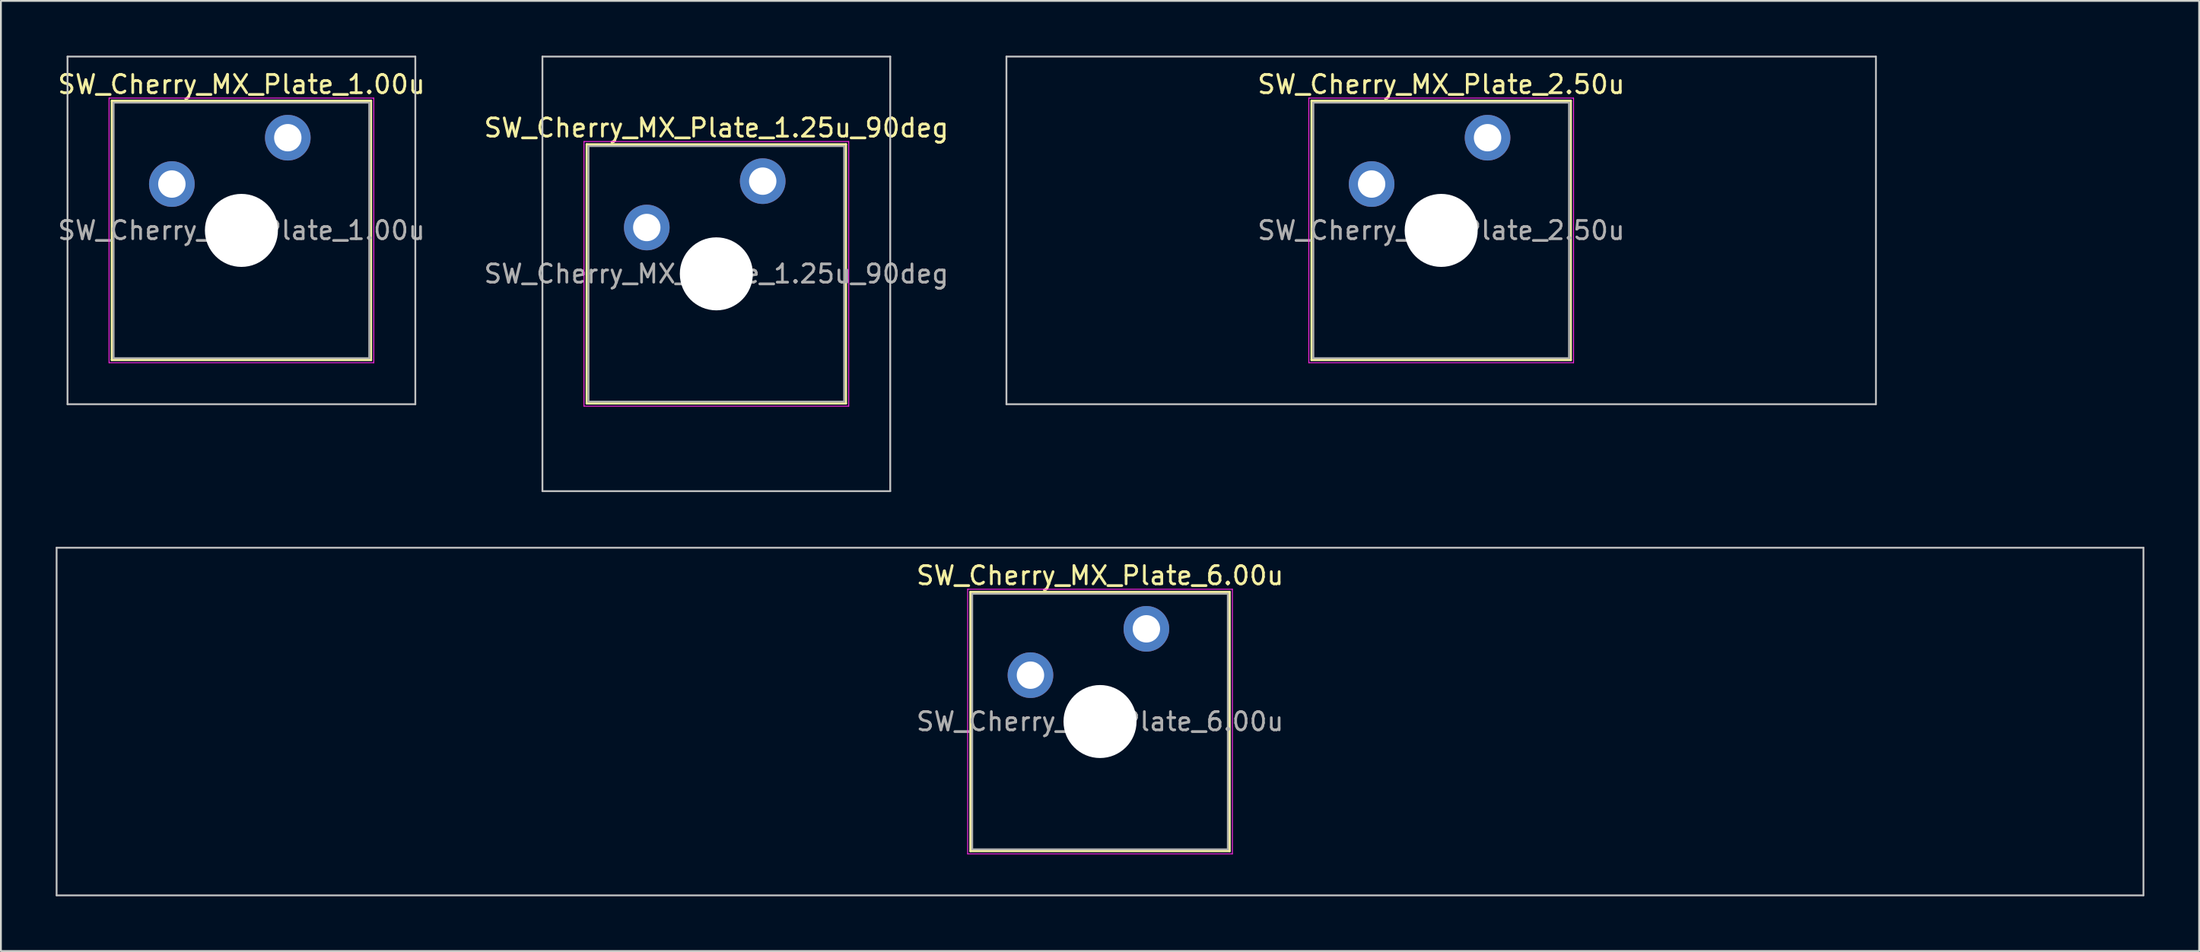
<source format=kicad_pcb>
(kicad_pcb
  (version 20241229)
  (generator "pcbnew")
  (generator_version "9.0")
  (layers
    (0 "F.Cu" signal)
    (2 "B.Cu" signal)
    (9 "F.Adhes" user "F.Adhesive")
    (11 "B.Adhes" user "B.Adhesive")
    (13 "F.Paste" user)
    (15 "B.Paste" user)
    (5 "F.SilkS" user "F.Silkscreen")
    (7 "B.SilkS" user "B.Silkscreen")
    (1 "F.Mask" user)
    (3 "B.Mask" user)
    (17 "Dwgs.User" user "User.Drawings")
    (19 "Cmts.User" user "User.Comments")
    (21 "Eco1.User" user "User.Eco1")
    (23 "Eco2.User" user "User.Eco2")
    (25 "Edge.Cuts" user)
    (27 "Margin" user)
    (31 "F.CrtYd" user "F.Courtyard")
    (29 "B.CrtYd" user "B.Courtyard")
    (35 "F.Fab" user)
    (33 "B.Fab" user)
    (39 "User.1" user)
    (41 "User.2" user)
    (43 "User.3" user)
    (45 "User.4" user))
  (footprint "SW_Cherry_MX_Plate_2.50u"
    (layer "F.Cu")
    (at 75.886 9.575)
    (property "Reference" "SW_Cherry_MX_Plate_2.50u" (at 0 -8 0) (layer "F.SilkS") (effects (font (size 1 1) (thickness 0.15))))
    (attr through_hole)
    (fp_line (start -7.1 -7.1) (end -7.1 7.1) (stroke (width 0.12) (type solid)) (layer "F.SilkS"))
    (fp_line (start -7.1 7.1) (end 7.1 7.1) (stroke (width 0.12) (type solid)) (layer "F.SilkS"))
    (fp_line (start 7.1 -7.1) (end -7.1 -7.1) (stroke (width 0.12) (type solid)) (layer "F.SilkS"))
    (fp_line (start 7.1 7.1) (end 7.1 -7.1) (stroke (width 0.12) (type solid)) (layer "F.SilkS"))
    (fp_line (start -23.812 -9.525) (end -23.812 9.525) (stroke (width 0.1) (type solid)) (layer "Dwgs.User"))
    (fp_line (start -23.812 9.525) (end 23.812 9.525) (stroke (width 0.1) (type solid)) (layer "Dwgs.User"))
    (fp_line (start 23.812 -9.525) (end -23.812 -9.525) (stroke (width 0.1) (type solid)) (layer "Dwgs.User"))
    (fp_line (start 23.812 9.525) (end 23.812 -9.525) (stroke (width 0.1) (type solid)) (layer "Dwgs.User"))
    (fp_line (start -7 -7) (end -7 7) (stroke (width 0.1) (type solid)) (layer "Eco1.User"))
    (fp_line (start -7 7) (end 7 7) (stroke (width 0.1) (type solid)) (layer "Eco1.User"))
    (fp_line (start 7 -7) (end -7 -7) (stroke (width 0.1) (type solid)) (layer "Eco1.User"))
    (fp_line (start 7 7) (end 7 -7) (stroke (width 0.1) (type solid)) (layer "Eco1.User"))
    (fp_line (start -7.25 -7.25) (end -7.25 7.25) (stroke (width 0.05) (type solid)) (layer "F.CrtYd"))
    (fp_line (start -7.25 7.25) (end 7.25 7.25) (stroke (width 0.05) (type solid)) (layer "F.CrtYd"))
    (fp_line (start 7.25 -7.25) (end -7.25 -7.25) (stroke (width 0.05) (type solid)) (layer "F.CrtYd"))
    (fp_line (start 7.25 7.25) (end 7.25 -7.25) (stroke (width 0.05) (type solid)) (layer "F.CrtYd"))
    (fp_line (start -7 -7) (end -7 7) (stroke (width 0.1) (type solid)) (layer "F.Fab"))
    (fp_line (start -7 7) (end 7 7) (stroke (width 0.1) (type solid)) (layer "F.Fab"))
    (fp_line (start 7 -7) (end -7 -7) (stroke (width 0.1) (type solid)) (layer "F.Fab"))
    (fp_line (start 7 7) (end 7 -7) (stroke (width 0.1) (type solid)) (layer "F.Fab"))
    (fp_text user "${REFERENCE}" (at 0 0 0) (layer "F.Fab") (effects (font (size 1 1) (thickness 0.15))))
    (pad "" np_thru_hole circle (at 0 0) (size 4 4) (drill 4) (layers "*.Cu" "*.Mask"))
    (pad "1" thru_hole circle (at -3.81 -2.54) (size 2.5 2.5) (drill 1.5) (layers "*.Cu" "*.Mask"))
    (pad "2" thru_hole circle (at 2.54 -5.08) (size 2.5 2.5) (drill 1.5) (layers "*.Cu" "*.Mask")))
  (footprint "SW_Cherry_MX_Plate_1.00u"
    (layer "F.Cu")
    (at 10.173 9.575)
    (property "Reference" "SW_Cherry_MX_Plate_1.00u" (at 0 -8 0) (layer "F.SilkS") (effects (font (size 1 1) (thickness 0.15))))
    (attr through_hole)
    (fp_line (start -7.1 -7.1) (end -7.1 7.1) (stroke (width 0.12) (type solid)) (layer "F.SilkS"))
    (fp_line (start -7.1 7.1) (end 7.1 7.1) (stroke (width 0.12) (type solid)) (layer "F.SilkS"))
    (fp_line (start 7.1 -7.1) (end -7.1 -7.1) (stroke (width 0.12) (type solid)) (layer "F.SilkS"))
    (fp_line (start 7.1 7.1) (end 7.1 -7.1) (stroke (width 0.12) (type solid)) (layer "F.SilkS"))
    (fp_line (start -9.525 -9.525) (end -9.525 9.525) (stroke (width 0.1) (type solid)) (layer "Dwgs.User"))
    (fp_line (start -9.525 9.525) (end 9.525 9.525) (stroke (width 0.1) (type solid)) (layer "Dwgs.User"))
    (fp_line (start 9.525 -9.525) (end -9.525 -9.525) (stroke (width 0.1) (type solid)) (layer "Dwgs.User"))
    (fp_line (start 9.525 9.525) (end 9.525 -9.525) (stroke (width 0.1) (type solid)) (layer "Dwgs.User"))
    (fp_line (start -7 -7) (end -7 7) (stroke (width 0.1) (type solid)) (layer "Eco1.User"))
    (fp_line (start -7 7) (end 7 7) (stroke (width 0.1) (type solid)) (layer "Eco1.User"))
    (fp_line (start 7 -7) (end -7 -7) (stroke (width 0.1) (type solid)) (layer "Eco1.User"))
    (fp_line (start 7 7) (end 7 -7) (stroke (width 0.1) (type solid)) (layer "Eco1.User"))
    (fp_line (start -7.25 -7.25) (end -7.25 7.25) (stroke (width 0.05) (type solid)) (layer "F.CrtYd"))
    (fp_line (start -7.25 7.25) (end 7.25 7.25) (stroke (width 0.05) (type solid)) (layer "F.CrtYd"))
    (fp_line (start 7.25 -7.25) (end -7.25 -7.25) (stroke (width 0.05) (type solid)) (layer "F.CrtYd"))
    (fp_line (start 7.25 7.25) (end 7.25 -7.25) (stroke (width 0.05) (type solid)) (layer "F.CrtYd"))
    (fp_line (start -7 -7) (end -7 7) (stroke (width 0.1) (type solid)) (layer "F.Fab"))
    (fp_line (start -7 7) (end 7 7) (stroke (width 0.1) (type solid)) (layer "F.Fab"))
    (fp_line (start 7 -7) (end -7 -7) (stroke (width 0.1) (type solid)) (layer "F.Fab"))
    (fp_line (start 7 7) (end 7 -7) (stroke (width 0.1) (type solid)) (layer "F.Fab"))
    (fp_text user "${REFERENCE}" (at 0 0 0) (layer "F.Fab") (effects (font (size 1 1) (thickness 0.15))))
    (pad "" np_thru_hole circle (at 0 0) (size 4 4) (drill 4) (layers "*.Cu" "*.Mask"))
    (pad "1" thru_hole circle (at -3.81 -2.54) (size 2.5 2.5) (drill 1.5) (layers "*.Cu" "*.Mask"))
    (pad "2" thru_hole circle (at 2.54 -5.08) (size 2.5 2.5) (drill 1.5) (layers "*.Cu" "*.Mask")))
  (footprint "SW_Cherry_MX_Plate_6.00u"
    (layer "F.Cu")
    (at 57.2 36.487)
    (property "Reference" "SW_Cherry_MX_Plate_6.00u" (at 0 -8 0) (layer "F.SilkS") (effects (font (size 1 1) (thickness 0.15))))
    (attr through_hole)
    (fp_line (start -7.1 -7.1) (end -7.1 7.1) (stroke (width 0.12) (type solid)) (layer "F.SilkS"))
    (fp_line (start -7.1 7.1) (end 7.1 7.1) (stroke (width 0.12) (type solid)) (layer "F.SilkS"))
    (fp_line (start 7.1 -7.1) (end -7.1 -7.1) (stroke (width 0.12) (type solid)) (layer "F.SilkS"))
    (fp_line (start 7.1 7.1) (end 7.1 -7.1) (stroke (width 0.12) (type solid)) (layer "F.SilkS"))
    (fp_line (start -57.15 -9.525) (end -57.15 9.525) (stroke (width 0.1) (type solid)) (layer "Dwgs.User"))
    (fp_line (start -57.15 9.525) (end 57.15 9.525) (stroke (width 0.1) (type solid)) (layer "Dwgs.User"))
    (fp_line (start 57.15 -9.525) (end -57.15 -9.525) (stroke (width 0.1) (type solid)) (layer "Dwgs.User"))
    (fp_line (start 57.15 9.525) (end 57.15 -9.525) (stroke (width 0.1) (type solid)) (layer "Dwgs.User"))
    (fp_line (start -7 -7) (end -7 7) (stroke (width 0.1) (type solid)) (layer "Eco1.User"))
    (fp_line (start -7 7) (end 7 7) (stroke (width 0.1) (type solid)) (layer "Eco1.User"))
    (fp_line (start 7 -7) (end -7 -7) (stroke (width 0.1) (type solid)) (layer "Eco1.User"))
    (fp_line (start 7 7) (end 7 -7) (stroke (width 0.1) (type solid)) (layer "Eco1.User"))
    (fp_line (start -7.25 -7.25) (end -7.25 7.25) (stroke (width 0.05) (type solid)) (layer "F.CrtYd"))
    (fp_line (start -7.25 7.25) (end 7.25 7.25) (stroke (width 0.05) (type solid)) (layer "F.CrtYd"))
    (fp_line (start 7.25 -7.25) (end -7.25 -7.25) (stroke (width 0.05) (type solid)) (layer "F.CrtYd"))
    (fp_line (start 7.25 7.25) (end 7.25 -7.25) (stroke (width 0.05) (type solid)) (layer "F.CrtYd"))
    (fp_line (start -7 -7) (end -7 7) (stroke (width 0.1) (type solid)) (layer "F.Fab"))
    (fp_line (start -7 7) (end 7 7) (stroke (width 0.1) (type solid)) (layer "F.Fab"))
    (fp_line (start 7 -7) (end -7 -7) (stroke (width 0.1) (type solid)) (layer "F.Fab"))
    (fp_line (start 7 7) (end 7 -7) (stroke (width 0.1) (type solid)) (layer "F.Fab"))
    (fp_text user "${REFERENCE}" (at 0 0 0) (layer "F.Fab") (effects (font (size 1 1) (thickness 0.15))))
    (pad "" np_thru_hole circle (at 0 0) (size 4 4) (drill 4) (layers "*.Cu" "*.Mask"))
    (pad "1" thru_hole circle (at -3.81 -2.54) (size 2.5 2.5) (drill 1.5) (layers "*.Cu" "*.Mask"))
    (pad "2" thru_hole circle (at 2.54 -5.08) (size 2.5 2.5) (drill 1.5) (layers "*.Cu" "*.Mask")))
  (footprint "SW_Cherry_MX_Plate_1.25u_90deg"
    (layer "F.Cu")
    (at 36.185 11.956)
    (property "Reference" "SW_Cherry_MX_Plate_1.25u_90deg" (at 0 -8 0) (layer "F.SilkS") (effects (font (size 1 1) (thickness 0.15))))
    (attr through_hole)
    (fp_line (start -7.1 -7.1) (end -7.1 7.1) (stroke (width 0.12) (type solid)) (layer "F.SilkS"))
    (fp_line (start -7.1 7.1) (end 7.1 7.1) (stroke (width 0.12) (type solid)) (layer "F.SilkS"))
    (fp_line (start 7.1 -7.1) (end -7.1 -7.1) (stroke (width 0.12) (type solid)) (layer "F.SilkS"))
    (fp_line (start 7.1 7.1) (end 7.1 -7.1) (stroke (width 0.12) (type solid)) (layer "F.SilkS"))
    (fp_line (start -9.525 -11.906) (end 9.525 -11.906) (stroke (width 0.1) (type solid)) (layer "Dwgs.User"))
    (fp_line (start -9.525 11.906) (end -9.525 -11.906) (stroke (width 0.1) (type solid)) (layer "Dwgs.User"))
    (fp_line (start 9.525 -11.906) (end 9.525 11.906) (stroke (width 0.1) (type solid)) (layer "Dwgs.User"))
    (fp_line (start 9.525 11.906) (end -9.525 11.906) (stroke (width 0.1) (type solid)) (layer "Dwgs.User"))
    (fp_line (start -7 -7) (end -7 7) (stroke (width 0.1) (type solid)) (layer "Eco1.User"))
    (fp_line (start -7 7) (end 7 7) (stroke (width 0.1) (type solid)) (layer "Eco1.User"))
    (fp_line (start 7 -7) (end -7 -7) (stroke (width 0.1) (type solid)) (layer "Eco1.User"))
    (fp_line (start 7 7) (end 7 -7) (stroke (width 0.1) (type solid)) (layer "Eco1.User"))
    (fp_line (start -7.25 -7.25) (end -7.25 7.25) (stroke (width 0.05) (type solid)) (layer "F.CrtYd"))
    (fp_line (start -7.25 7.25) (end 7.25 7.25) (stroke (width 0.05) (type solid)) (layer "F.CrtYd"))
    (fp_line (start 7.25 -7.25) (end -7.25 -7.25) (stroke (width 0.05) (type solid)) (layer "F.CrtYd"))
    (fp_line (start 7.25 7.25) (end 7.25 -7.25) (stroke (width 0.05) (type solid)) (layer "F.CrtYd"))
    (fp_line (start -7 -7) (end -7 7) (stroke (width 0.1) (type solid)) (layer "F.Fab"))
    (fp_line (start -7 7) (end 7 7) (stroke (width 0.1) (type solid)) (layer "F.Fab"))
    (fp_line (start 7 -7) (end -7 -7) (stroke (width 0.1) (type solid)) (layer "F.Fab"))
    (fp_line (start 7 7) (end 7 -7) (stroke (width 0.1) (type solid)) (layer "F.Fab"))
    (fp_text user "${REFERENCE}" (at 0 0 0) (layer "F.Fab") (effects (font (size 1 1) (thickness 0.15))))
    (pad "" np_thru_hole circle (at 0 0) (size 4 4) (drill 4) (layers "*.Cu" "*.Mask"))
    (pad "1" thru_hole circle (at -3.81 -2.54) (size 2.5 2.5) (drill 1.5) (layers "*.Cu" "*.Mask"))
    (pad "2" thru_hole circle (at 2.54 -5.08) (size 2.5 2.5) (drill 1.5) (layers "*.Cu" "*.Mask")))
  (gr_rect
    (start -3 -3)
    (end 117.4 49.062)
    (stroke (width 0.1) (type default))
    (fill no)
    (layer "Edge.Cuts")))
</source>
